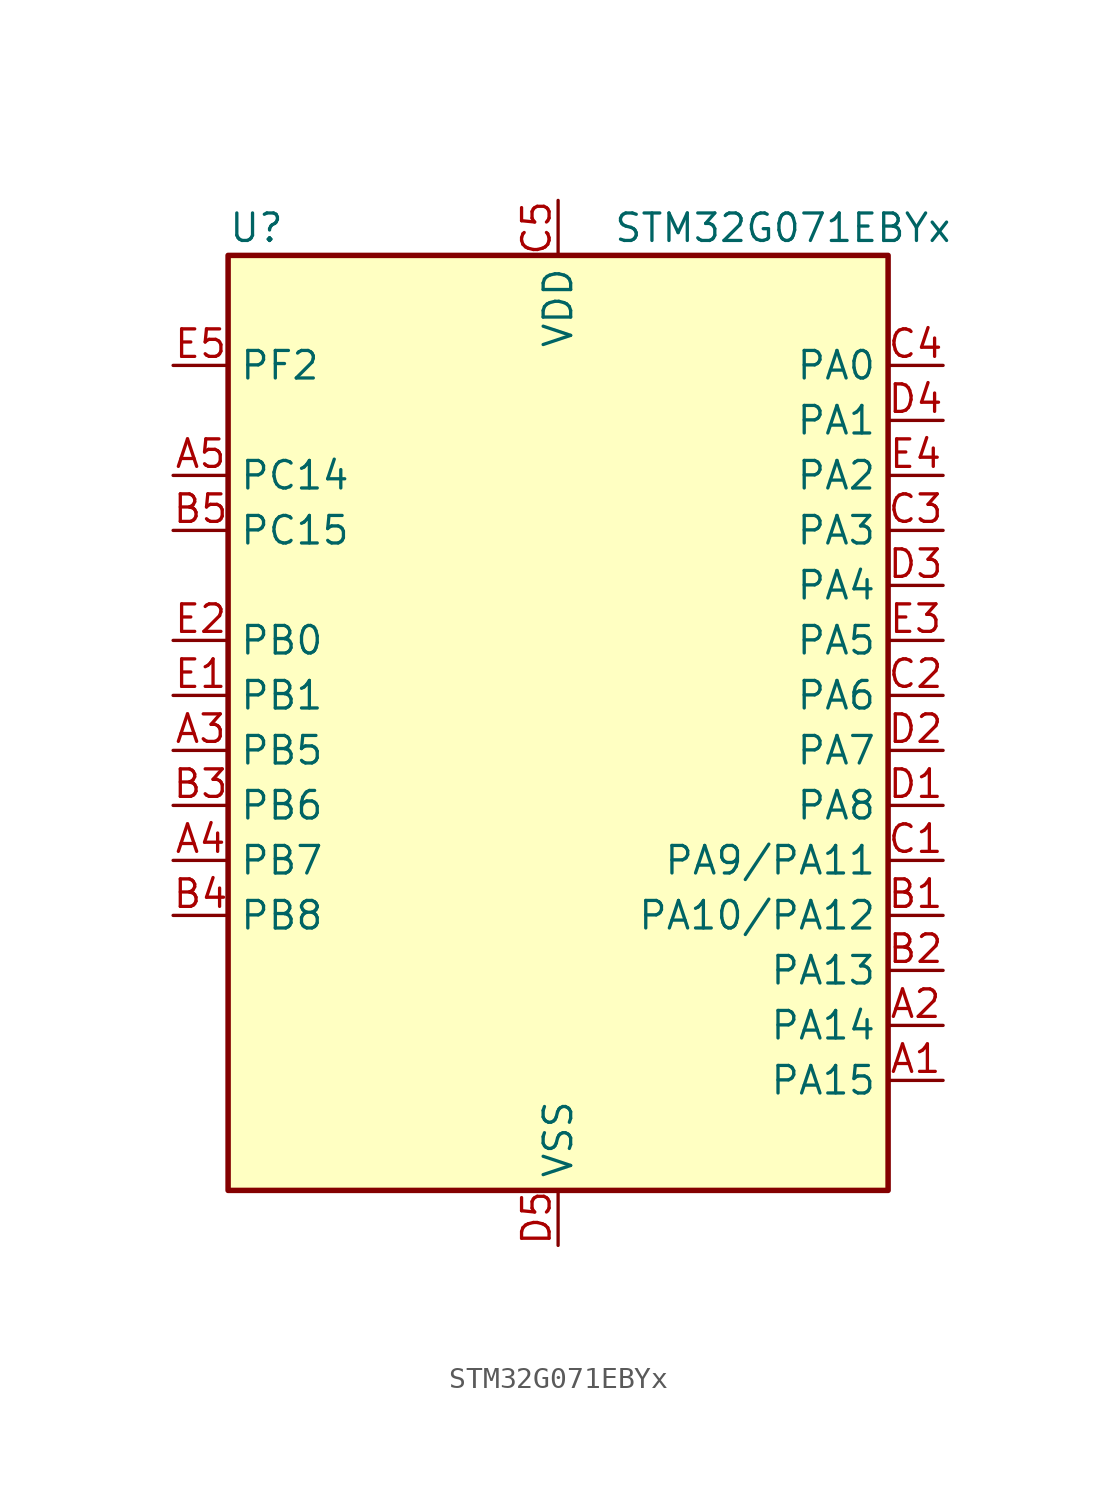
<source format=kicad_sym>
(kicad_symbol_lib
  (version 20231120)
  (generator "kicad-library-utils")
  (generator_version "8.0")
  (symbol "STM32G071EBYx"
    (property "Reference" "U"
      (at -15.24 24.13 0)
      (effects (font (size 1.27 1.27)) (justify left)))
    (property "Value" "STM32G071EBYx"
      (at 2.54 24.13 0)
      (effects (font (size 1.27 1.27)) (justify left)))
    (symbol "STM32G071EBYx_0_1"
      (rectangle (start -15.24 -20.32) (end 15.24 22.86) (stroke (width 0.254) (type default)) (fill (type background))))
    (symbol "STM32G071EBYx_1_1"
      (pin bidirectional line (at 17.78 -15.24 180) (length 2.54) (name "PA15" (effects (font (size 1.27 1.27)))) (number "A1" (effects (font (size 1.27 1.27)))) (alternate "I2S1_WS" bidirectional line) (alternate "SPI1_NSS" bidirectional line) (alternate "TIM2_CH1" bidirectional line) (alternate "TIM2_ETR" bidirectional line) (alternate "USART2_RX" bidirectional line) (alternate "USART3_CK" bidirectional line) (alternate "USART3_DE" bidirectional line) (alternate "USART3_RTS" bidirectional line) (alternate "USART4_CK" bidirectional line) (alternate "USART4_DE" bidirectional line) (alternate "USART4_RTS" bidirectional line))
      (pin bidirectional line (at 17.78 -12.7 180) (length 2.54) (name "PA14" (effects (font (size 1.27 1.27)))) (number "A2" (effects (font (size 1.27 1.27)))) (alternate "SYS_SWCLK" bidirectional line) (alternate "USART2_TX" bidirectional line))
      (pin bidirectional line (at -17.78 0 0) (length 2.54) (name "PB5" (effects (font (size 1.27 1.27)))) (number "A3" (effects (font (size 1.27 1.27)))) (alternate "COMP2_OUT" bidirectional line) (alternate "I2C1_SMBA" bidirectional line) (alternate "I2S1_SD" bidirectional line) (alternate "LPTIM1_IN1" bidirectional line) (alternate "SPI1_MOSI" bidirectional line) (alternate "SYS_WKUP6" bidirectional line) (alternate "TIM16_BK" bidirectional line) (alternate "TIM3_CH2" bidirectional line))
      (pin bidirectional line (at -17.78 -5.08 0) (length 2.54) (name "PB7" (effects (font (size 1.27 1.27)))) (number "A4" (effects (font (size 1.27 1.27)))) (alternate "COMP2_INM" bidirectional line) (alternate "I2C1_SDA" bidirectional line) (alternate "LPTIM1_IN2" bidirectional line) (alternate "SPI2_MOSI" bidirectional line) (alternate "SYS_PVD_IN" bidirectional line) (alternate "TIM17_CH1N" bidirectional line) (alternate "USART1_RX" bidirectional line) (alternate "USART4_CTS" bidirectional line) (alternate "USART4_NSS" bidirectional line))
      (pin bidirectional line (at -17.78 12.7 0) (length 2.54) (name "PC14" (effects (font (size 1.27 1.27)))) (number "A5" (effects (font (size 1.27 1.27)))) (alternate "RCC_OSC32_IN" bidirectional line) (alternate "RCC_OSC_IN" bidirectional line) (alternate "TIM1_BK2" bidirectional line))
      (pin bidirectional line (at 17.78 -7.62 180) (length 2.54) (name "PA10/PA12" (effects (font (size 1.27 1.27)))) (number "B1" (effects (font (size 1.27 1.27)))) (alternate "PA10" bidirectional line) (alternate "I2C1_SDA (PA10)" bidirectional line) (alternate "SPI2_MOSI (PA10)" bidirectional line) (alternate "TIM17_BK (PA10)" bidirectional line) (alternate "TIM1_CH3 (PA10)" bidirectional line) (alternate "USART1_RX (PA10)" bidirectional line) (alternate "PA12" bidirectional line) (alternate "COMP2_OUT (PA12)" bidirectional line) (alternate "I2C2_SDA (PA12)" bidirectional line) (alternate "I2S1_SD (PA12)" bidirectional line) (alternate "I2S_CKIN (PA12)" bidirectional line) (alternate "SPI1_MOSI (PA12)" bidirectional line) (alternate "TIM1_ETR (PA12)" bidirectional line) (alternate "USART1_CK (PA12)" bidirectional line) (alternate "USART1_DE (PA12)" bidirectional line) (alternate "USART1_RTS (PA12)" bidirectional line))
      (pin bidirectional line (at 17.78 -10.16 180) (length 2.54) (name "PA13" (effects (font (size 1.27 1.27)))) (number "B2" (effects (font (size 1.27 1.27)))) (alternate "IR_OUT" bidirectional line) (alternate "SYS_SWDIO" bidirectional line))
      (pin bidirectional line (at -17.78 -2.54 0) (length 2.54) (name "PB6" (effects (font (size 1.27 1.27)))) (number "B3" (effects (font (size 1.27 1.27)))) (alternate "COMP2_INP" bidirectional line) (alternate "I2C1_SCL" bidirectional line) (alternate "LPTIM1_ETR" bidirectional line) (alternate "SPI2_MISO" bidirectional line) (alternate "TIM16_CH1N" bidirectional line) (alternate "TIM1_CH3" bidirectional line) (alternate "USART1_TX" bidirectional line))
      (pin bidirectional line (at -17.78 -7.62 0) (length 2.54) (name "PB8" (effects (font (size 1.27 1.27)))) (number "B4" (effects (font (size 1.27 1.27)))) (alternate "CEC" bidirectional line) (alternate "I2C1_SCL" bidirectional line) (alternate "SPI2_SCK" bidirectional line) (alternate "TIM15_BK" bidirectional line) (alternate "TIM16_CH1" bidirectional line) (alternate "USART3_TX" bidirectional line))
      (pin bidirectional line (at -17.78 10.16 0) (length 2.54) (name "PC15" (effects (font (size 1.27 1.27)))) (number "B5" (effects (font (size 1.27 1.27)))) (alternate "RCC_OSC32_EN" bidirectional line) (alternate "RCC_OSC32_OUT" bidirectional line) (alternate "RCC_OSC_EN" bidirectional line) (alternate "TIM15_BK" bidirectional line))
      (pin bidirectional line (at 17.78 -5.08 180) (length 2.54) (name "PA9/PA11" (effects (font (size 1.27 1.27)))) (number "C1" (effects (font (size 1.27 1.27)))) (alternate "PA9" bidirectional line) (alternate "DAC1_EXTI9 (PA9)" bidirectional line) (alternate "I2C1_SCL (PA9)" bidirectional line) (alternate "RCC_MCO (PA9)" bidirectional line) (alternate "SPI2_MISO (PA9)" bidirectional line) (alternate "TIM15_BK (PA9)" bidirectional line) (alternate "TIM1_CH2 (PA9)" bidirectional line) (alternate "USART1_TX (PA9)" bidirectional line) (alternate "PA11" bidirectional line) (alternate "ADC1_EXTI11 (PA11)" bidirectional line) (alternate "COMP1_OUT (PA11)" bidirectional line) (alternate "I2C2_SCL (PA11)" bidirectional line) (alternate "I2S1_MCK (PA11)" bidirectional line) (alternate "SPI1_MISO (PA11)" bidirectional line) (alternate "TIM1_BK2 (PA11)" bidirectional line) (alternate "TIM1_CH4 (PA11)" bidirectional line) (alternate "USART1_CTS (PA11)" bidirectional line) (alternate "USART1_NSS (PA11)" bidirectional line))
      (pin bidirectional line (at 17.78 2.54 180) (length 2.54) (name "PA6" (effects (font (size 1.27 1.27)))) (number "C2" (effects (font (size 1.27 1.27)))) (alternate "ADC1_IN6" bidirectional line) (alternate "COMP1_OUT" bidirectional line) (alternate "I2S1_MCK" bidirectional line) (alternate "LPUART1_CTS" bidirectional line) (alternate "SPI1_MISO" bidirectional line) (alternate "TIM16_CH1" bidirectional line) (alternate "TIM1_BK" bidirectional line) (alternate "TIM3_CH1" bidirectional line) (alternate "USART3_CTS" bidirectional line) (alternate "USART3_NSS" bidirectional line))
      (pin bidirectional line (at 17.78 10.16 180) (length 2.54) (name "PA3" (effects (font (size 1.27 1.27)))) (number "C3" (effects (font (size 1.27 1.27)))) (alternate "ADC1_IN3" bidirectional line) (alternate "COMP2_INP" bidirectional line) (alternate "LPUART1_RX" bidirectional line) (alternate "SPI2_MISO" bidirectional line) (alternate "TIM15_CH2" bidirectional line) (alternate "TIM2_CH4" bidirectional line) (alternate "USART2_RX" bidirectional line))
      (pin bidirectional line (at 17.78 17.78 180) (length 2.54) (name "PA0" (effects (font (size 1.27 1.27)))) (number "C4" (effects (font (size 1.27 1.27)))) (alternate "ADC1_IN0" bidirectional line) (alternate "COMP1_INM" bidirectional line) (alternate "COMP1_OUT" bidirectional line) (alternate "LPTIM1_OUT" bidirectional line) (alternate "RTC_TAMP_IN2" bidirectional line) (alternate "SPI2_SCK" bidirectional line) (alternate "SYS_WKUP1" bidirectional line) (alternate "TIM2_CH1" bidirectional line) (alternate "TIM2_ETR" bidirectional line) (alternate "USART2_CTS" bidirectional line) (alternate "USART2_NSS" bidirectional line) (alternate "USART4_TX" bidirectional line))
      (pin power_in line (at 0 25.4 270) (length 2.54) (name "VDD" (effects (font (size 1.27 1.27)))) (number "C5" (effects (font (size 1.27 1.27)))))
      (pin bidirectional line (at 17.78 -2.54 180) (length 2.54) (name "PA8" (effects (font (size 1.27 1.27)))) (number "D1" (effects (font (size 1.27 1.27)))) (alternate "LPTIM2_OUT" bidirectional line) (alternate "RCC_MCO" bidirectional line) (alternate "SPI2_NSS" bidirectional line) (alternate "TIM1_CH1" bidirectional line) (alternate "UCPD1_CC1" bidirectional line))
      (pin bidirectional line (at 17.78 0 180) (length 2.54) (name "PA7" (effects (font (size 1.27 1.27)))) (number "D2" (effects (font (size 1.27 1.27)))) (alternate "ADC1_IN7" bidirectional line) (alternate "COMP2_OUT" bidirectional line) (alternate "I2S1_SD" bidirectional line) (alternate "SPI1_MOSI" bidirectional line) (alternate "TIM14_CH1" bidirectional line) (alternate "TIM17_CH1" bidirectional line) (alternate "TIM1_CH1N" bidirectional line) (alternate "TIM3_CH2" bidirectional line) (alternate "UCPD1_FRSTX1" bidirectional line) (alternate "UCPD1_FRSTX2" bidirectional line))
      (pin bidirectional line (at 17.78 7.62 180) (length 2.54) (name "PA4" (effects (font (size 1.27 1.27)))) (number "D3" (effects (font (size 1.27 1.27)))) (alternate "ADC1_IN4" bidirectional line) (alternate "DAC1_OUT1" bidirectional line) (alternate "I2S1_WS" bidirectional line) (alternate "LPTIM2_OUT" bidirectional line) (alternate "RTC_OUT_ALARM" bidirectional line) (alternate "RTC_OUT_CALIB" bidirectional line) (alternate "RTC_TAMP_IN1" bidirectional line) (alternate "RTC_TS" bidirectional line) (alternate "SPI1_NSS" bidirectional line) (alternate "SPI2_MOSI" bidirectional line) (alternate "SYS_WKUP2" bidirectional line) (alternate "TIM14_CH1" bidirectional line))
      (pin bidirectional line (at 17.78 15.24 180) (length 2.54) (name "PA1" (effects (font (size 1.27 1.27)))) (number "D4" (effects (font (size 1.27 1.27)))) (alternate "ADC1_IN1" bidirectional line) (alternate "COMP1_INP" bidirectional line) (alternate "I2C1_SMBA" bidirectional line) (alternate "I2S1_CK" bidirectional line) (alternate "SPI1_SCK" bidirectional line) (alternate "TIM15_CH1N" bidirectional line) (alternate "TIM2_CH2" bidirectional line) (alternate "USART2_CK" bidirectional line) (alternate "USART2_DE" bidirectional line) (alternate "USART2_RTS" bidirectional line) (alternate "USART4_RX" bidirectional line))
      (pin power_in line (at 0 -22.86 90) (length 2.54) (name "VSS" (effects (font (size 1.27 1.27)))) (number "D5" (effects (font (size 1.27 1.27)))))
      (pin bidirectional line (at -17.78 2.54 0) (length 2.54) (name "PB1" (effects (font (size 1.27 1.27)))) (number "E1" (effects (font (size 1.27 1.27)))) (alternate "ADC1_IN9" bidirectional line) (alternate "COMP1_INM" bidirectional line) (alternate "LPTIM2_IN1" bidirectional line) (alternate "LPUART1_DE" bidirectional line) (alternate "LPUART1_RTS" bidirectional line) (alternate "TIM14_CH1" bidirectional line) (alternate "TIM1_CH3N" bidirectional line) (alternate "TIM3_CH4" bidirectional line) (alternate "USART3_CK" bidirectional line) (alternate "USART3_DE" bidirectional line) (alternate "USART3_RTS" bidirectional line))
      (pin bidirectional line (at -17.78 5.08 0) (length 2.54) (name "PB0" (effects (font (size 1.27 1.27)))) (number "E2" (effects (font (size 1.27 1.27)))) (alternate "ADC1_IN8" bidirectional line) (alternate "COMP1_OUT" bidirectional line) (alternate "I2S1_WS" bidirectional line) (alternate "LPTIM1_OUT" bidirectional line) (alternate "SPI1_NSS" bidirectional line) (alternate "TIM1_CH2N" bidirectional line) (alternate "TIM3_CH3" bidirectional line) (alternate "UCPD1_FRSTX1" bidirectional line) (alternate "UCPD1_FRSTX2" bidirectional line) (alternate "USART3_RX" bidirectional line))
      (pin bidirectional line (at 17.78 5.08 180) (length 2.54) (name "PA5" (effects (font (size 1.27 1.27)))) (number "E3" (effects (font (size 1.27 1.27)))) (alternate "ADC1_IN5" bidirectional line) (alternate "CEC" bidirectional line) (alternate "DAC1_OUT2" bidirectional line) (alternate "I2S1_CK" bidirectional line) (alternate "LPTIM2_ETR" bidirectional line) (alternate "SPI1_SCK" bidirectional line) (alternate "TIM2_CH1" bidirectional line) (alternate "TIM2_ETR" bidirectional line) (alternate "UCPD1_FRSTX1" bidirectional line) (alternate "UCPD1_FRSTX2" bidirectional line) (alternate "USART3_TX" bidirectional line))
      (pin bidirectional line (at 17.78 12.7 180) (length 2.54) (name "PA2" (effects (font (size 1.27 1.27)))) (number "E4" (effects (font (size 1.27 1.27)))) (alternate "ADC1_IN2" bidirectional line) (alternate "COMP2_INM" bidirectional line) (alternate "COMP2_OUT" bidirectional line) (alternate "I2S1_SD" bidirectional line) (alternate "LPUART1_TX" bidirectional line) (alternate "RCC_LSCO" bidirectional line) (alternate "SPI1_MOSI" bidirectional line) (alternate "SYS_WKUP4" bidirectional line) (alternate "TIM15_CH1" bidirectional line) (alternate "TIM2_CH3" bidirectional line) (alternate "UCPD1_FRSTX1" bidirectional line) (alternate "UCPD1_FRSTX2" bidirectional line) (alternate "USART2_TX" bidirectional line))
      (pin bidirectional line (at -17.78 17.78 0) (length 2.54) (name "PF2" (effects (font (size 1.27 1.27)))) (number "E5" (effects (font (size 1.27 1.27)))) (alternate "RCC_MCO" bidirectional line)))))
</source>
